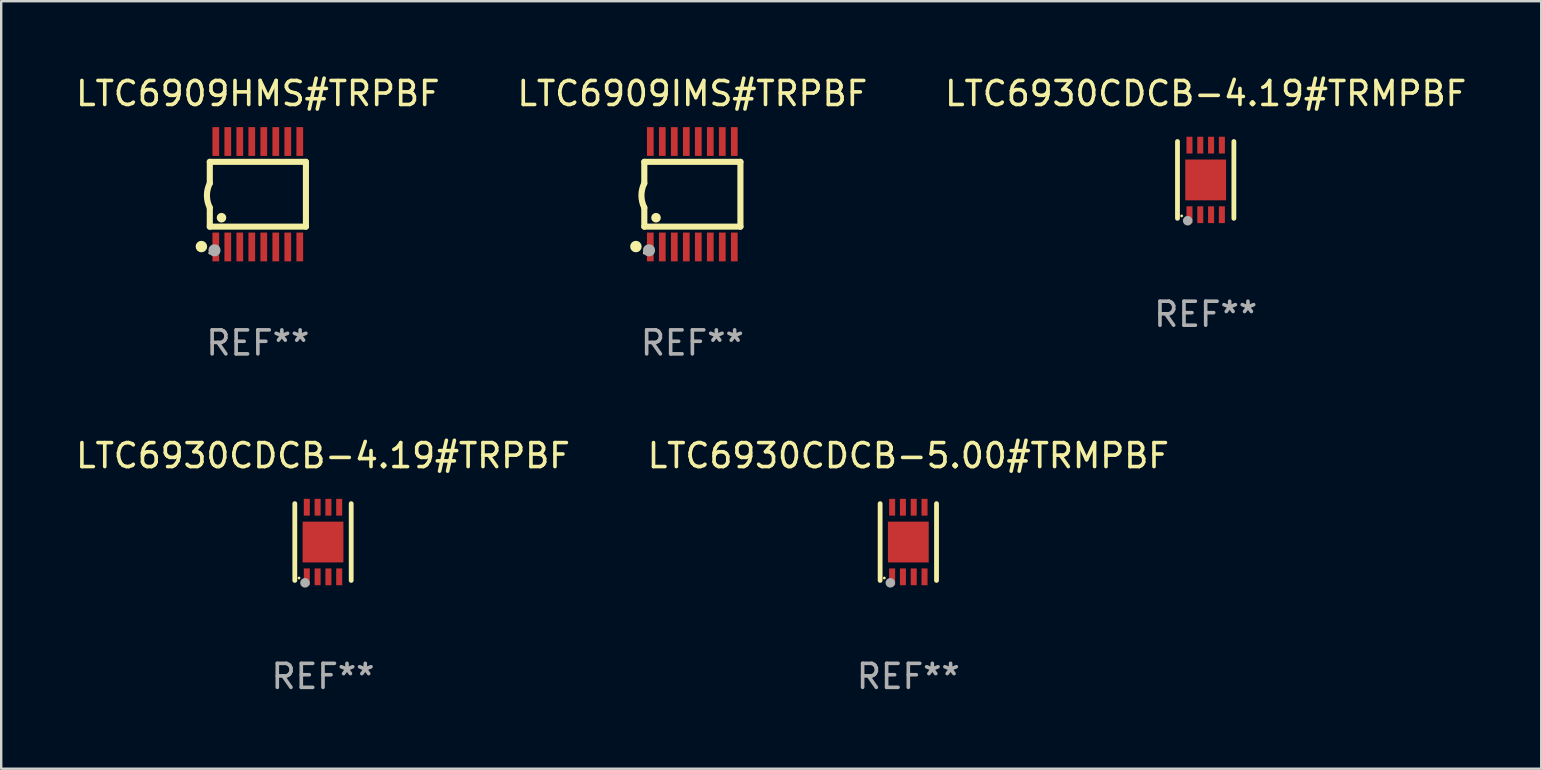
<source format=kicad_pcb>
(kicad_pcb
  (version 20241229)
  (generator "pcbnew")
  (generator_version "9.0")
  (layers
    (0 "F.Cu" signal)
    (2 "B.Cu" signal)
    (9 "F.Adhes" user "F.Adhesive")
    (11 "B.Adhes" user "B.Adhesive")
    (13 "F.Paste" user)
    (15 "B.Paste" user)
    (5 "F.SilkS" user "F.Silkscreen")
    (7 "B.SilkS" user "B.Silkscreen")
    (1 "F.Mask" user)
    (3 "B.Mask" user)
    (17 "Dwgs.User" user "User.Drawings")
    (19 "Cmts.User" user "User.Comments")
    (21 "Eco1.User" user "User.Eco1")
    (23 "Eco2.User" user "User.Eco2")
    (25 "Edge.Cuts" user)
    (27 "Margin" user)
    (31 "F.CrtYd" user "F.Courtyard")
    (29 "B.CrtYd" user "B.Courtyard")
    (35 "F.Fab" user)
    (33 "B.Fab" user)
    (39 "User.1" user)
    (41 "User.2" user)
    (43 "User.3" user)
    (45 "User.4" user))
  (footprint "LTC6930CDCB-4.19#TRPBF"
    (layer "F.Cu")
    (at 10.411 19.539)
    (property "Reference" "LTC6930CDCB-4.19#TRPBF" (at 0 -3.6 0) (layer "F.SilkS") (effects (font (size 1 1) (thickness 0.15))))
    (attr through_hole)
    (fp_line (start -1.175 1.6) (end -1.175 -1.6) (stroke (width 0.2) (type solid)) (layer "F.SilkS"))
    (fp_line (start 1.175 1.6) (end 1.175 -1.6) (stroke (width 0.2) (type solid)) (layer "F.SilkS"))
    (fp_circle (center -1 1.5) (end -0.97 1.5) (stroke (width 0.06) (type solid)) (fill no) (layer "F.SilkS"))
    (fp_circle (center -0.75 1.7) (end -0.65 1.7) (stroke (width 0.2) (type solid)) (fill no) (layer "F.Fab"))
    (fp_text user "REF**" (at 0 5.6 0) (layer "F.Fab") (effects (font (size 1 1) (thickness 0.15))))
    (pad "1" smd rect (at -0.675 1.45 90) (size 0.7 0.25) (layers "F.Cu" "F.Mask" "F.Paste"))
    (pad "2" smd rect (at -0.225 1.45 90) (size 0.7 0.25) (layers "F.Cu" "F.Mask" "F.Paste"))
    (pad "3" smd rect (at 0.225 1.45 90) (size 0.7 0.25) (layers "F.Cu" "F.Mask" "F.Paste"))
    (pad "4" smd rect (at 0.675 1.45 90) (size 0.7 0.25) (layers "F.Cu" "F.Mask" "F.Paste"))
    (pad "5" smd rect (at 0.675 -1.45 90) (size 0.7 0.25) (layers "F.Cu" "F.Mask" "F.Paste"))
    (pad "6" smd rect (at 0.225 -1.45 90) (size 0.7 0.25) (layers "F.Cu" "F.Mask" "F.Paste"))
    (pad "7" smd rect (at -0.225 -1.45 90) (size 0.7 0.25) (layers "F.Cu" "F.Mask" "F.Paste"))
    (pad "8" smd rect (at -0.675 -1.45 90) (size 0.7 0.25) (layers "F.Cu" "F.Mask" "F.Paste"))
    (pad "9" smd rect (at 0.000127 0 90) (size 1.7 1.7) (layers "F.Cu" "F.Mask" "F.Paste")))
  (footprint "LTC6930CDCB-4.19#TRMPBF"
    (layer "F.Cu")
    (at 47.196 4.448)
    (property "Reference" "LTC6930CDCB-4.19#TRMPBF" (at 0 -3.6 0) (layer "F.SilkS") (effects (font (size 1 1) (thickness 0.15))))
    (attr through_hole)
    (fp_line (start -1.175 1.6) (end -1.175 -1.6) (stroke (width 0.2) (type solid)) (layer "F.SilkS"))
    (fp_line (start 1.175 1.6) (end 1.175 -1.6) (stroke (width 0.2) (type solid)) (layer "F.SilkS"))
    (fp_circle (center -1 1.5) (end -0.97 1.5) (stroke (width 0.06) (type solid)) (fill no) (layer "F.SilkS"))
    (fp_circle (center -0.75 1.7) (end -0.65 1.7) (stroke (width 0.2) (type solid)) (fill no) (layer "F.Fab"))
    (fp_text user "REF**" (at 0 5.6 0) (layer "F.Fab") (effects (font (size 1 1) (thickness 0.15))))
    (pad "1" smd rect (at -0.675 1.45 90) (size 0.7 0.25) (layers "F.Cu" "F.Mask" "F.Paste"))
    (pad "2" smd rect (at -0.225 1.45 90) (size 0.7 0.25) (layers "F.Cu" "F.Mask" "F.Paste"))
    (pad "3" smd rect (at 0.225 1.45 90) (size 0.7 0.25) (layers "F.Cu" "F.Mask" "F.Paste"))
    (pad "4" smd rect (at 0.675 1.45 90) (size 0.7 0.25) (layers "F.Cu" "F.Mask" "F.Paste"))
    (pad "5" smd rect (at 0.675 -1.45 90) (size 0.7 0.25) (layers "F.Cu" "F.Mask" "F.Paste"))
    (pad "6" smd rect (at 0.225 -1.45 90) (size 0.7 0.25) (layers "F.Cu" "F.Mask" "F.Paste"))
    (pad "7" smd rect (at -0.225 -1.45 90) (size 0.7 0.25) (layers "F.Cu" "F.Mask" "F.Paste"))
    (pad "8" smd rect (at -0.675 -1.45 90) (size 0.7 0.25) (layers "F.Cu" "F.Mask" "F.Paste"))
    (pad "9" smd rect (at 0.000127 0 90) (size 1.7 1.7) (layers "F.Cu" "F.Mask" "F.Paste")))
  (footprint "LTC6909IMS#TRPBF"
    (layer "F.Cu")
    (at 25.804 5.045)
    (property "Reference" "LTC6909IMS#TRPBF" (at 0 -4.197 0) (layer "F.SilkS") (effects (font (size 1 1) (thickness 0.15))))
    (attr through_hole)
    (fp_line (start -2.003 -1.35) (end -2.003 -0.457) (stroke (width 0.254) (type solid)) (layer "F.SilkS"))
    (fp_line (start -2.003 -1.35) (end 2.003 -1.35) (stroke (width 0.254) (type solid)) (layer "F.SilkS"))
    (fp_line (start -2.003 1.35) (end -2.003 0.559) (stroke (width 0.254) (type solid)) (layer "F.SilkS"))
    (fp_line (start -2.003 1.35) (end 2.003 1.35) (stroke (width 0.254) (type solid)) (layer "F.SilkS"))
    (fp_line (start 2.003 -1.35) (end 2.003 1.35) (stroke (width 0.254) (type solid)) (layer "F.SilkS"))
    (fp_arc (start -2.002286 0.558802) (mid -2.122556 0.05092) (end -2.003302 -0.457201) (stroke (width 0.254001) (type solid)) (layer "F.SilkS"))
    (fp_circle (center -2.353 2.18) (end -2.233 2.18) (stroke (width 0.24) (type solid)) (fill no) (layer "F.SilkS"))
    (fp_circle (center -2.003 2.45) (end -1.973 2.45) (stroke (width 0.06) (type solid)) (fill no) (layer "F.SilkS"))
    (fp_circle (center -1.515 0.978) (end -1.415 0.978) (stroke (width 0.2) (type solid)) (fill no) (layer "F.SilkS"))
    (fp_circle (center -1.807 2.337) (end -1.68 2.337) (stroke (width 0.254) (type solid)) (fill no) (layer "F.Fab"))
    (fp_text user "REF**" (at 0 6.197 0) (layer "F.Fab") (effects (font (size 1 1) (thickness 0.15))))
    (pad "1" smd rect (at -1.753 2.197 90) (size 1.2 0.28) (layers "F.Cu" "F.Mask" "F.Paste"))
    (pad "2" smd rect (at -1.253 2.197 90) (size 1.2 0.28) (layers "F.Cu" "F.Mask" "F.Paste"))
    (pad "3" smd rect (at -0.753 2.197 90) (size 1.2 0.28) (layers "F.Cu" "F.Mask" "F.Paste"))
    (pad "4" smd rect (at -0.253 2.197 90) (size 1.2 0.28) (layers "F.Cu" "F.Mask" "F.Paste"))
    (pad "5" smd rect (at 0.247 2.197 90) (size 1.2 0.28) (layers "F.Cu" "F.Mask" "F.Paste"))
    (pad "6" smd rect (at 0.747 2.197 90) (size 1.2 0.28) (layers "F.Cu" "F.Mask" "F.Paste"))
    (pad "7" smd rect (at 1.247 2.197 90) (size 1.2 0.28) (layers "F.Cu" "F.Mask" "F.Paste"))
    (pad "8" smd rect (at 1.747 2.197 90) (size 1.2 0.28) (layers "F.Cu" "F.Mask" "F.Paste"))
    (pad "9" smd rect (at 1.747 -2.197 90) (size 1.2 0.28) (layers "F.Cu" "F.Mask" "F.Paste"))
    (pad "10" smd rect (at 1.247 -2.197 90) (size 1.2 0.28) (layers "F.Cu" "F.Mask" "F.Paste"))
    (pad "11" smd rect (at 0.747 -2.197 90) (size 1.2 0.28) (layers "F.Cu" "F.Mask" "F.Paste"))
    (pad "12" smd rect (at 0.247 -2.197 90) (size 1.2 0.28) (layers "F.Cu" "F.Mask" "F.Paste"))
    (pad "13" smd rect (at -0.253 -2.197 90) (size 1.2 0.28) (layers "F.Cu" "F.Mask" "F.Paste"))
    (pad "14" smd rect (at -0.753 -2.197 90) (size 1.2 0.28) (layers "F.Cu" "F.Mask" "F.Paste"))
    (pad "15" smd rect (at -1.253 -2.197 90) (size 1.2 0.28) (layers "F.Cu" "F.Mask" "F.Paste"))
    (pad "16" smd rect (at -1.753 -2.197 90) (size 1.2 0.28) (layers "F.Cu" "F.Mask" "F.Paste")))
  (footprint "LTC6909HMS#TRPBF"
    (layer "F.Cu")
    (at 7.696 5.045)
    (property "Reference" "LTC6909HMS#TRPBF" (at 0 -4.197 0) (layer "F.SilkS") (effects (font (size 1 1) (thickness 0.15))))
    (attr through_hole)
    (fp_line (start -2.003 -1.35) (end -2.003 -0.457) (stroke (width 0.254) (type solid)) (layer "F.SilkS"))
    (fp_line (start -2.003 -1.35) (end 2.003 -1.35) (stroke (width 0.254) (type solid)) (layer "F.SilkS"))
    (fp_line (start -2.003 1.35) (end -2.003 0.559) (stroke (width 0.254) (type solid)) (layer "F.SilkS"))
    (fp_line (start -2.003 1.35) (end 2.003 1.35) (stroke (width 0.254) (type solid)) (layer "F.SilkS"))
    (fp_line (start 2.003 -1.35) (end 2.003 1.35) (stroke (width 0.254) (type solid)) (layer "F.SilkS"))
    (fp_arc (start -2.002286 0.558802) (mid -2.122556 0.05092) (end -2.003302 -0.457201) (stroke (width 0.254001) (type solid)) (layer "F.SilkS"))
    (fp_circle (center -2.353 2.18) (end -2.233 2.18) (stroke (width 0.24) (type solid)) (fill no) (layer "F.SilkS"))
    (fp_circle (center -2.003 2.45) (end -1.973 2.45) (stroke (width 0.06) (type solid)) (fill no) (layer "F.SilkS"))
    (fp_circle (center -1.515 0.978) (end -1.415 0.978) (stroke (width 0.2) (type solid)) (fill no) (layer "F.SilkS"))
    (fp_circle (center -1.807 2.337) (end -1.68 2.337) (stroke (width 0.254) (type solid)) (fill no) (layer "F.Fab"))
    (fp_text user "REF**" (at 0 6.197 0) (layer "F.Fab") (effects (font (size 1 1) (thickness 0.15))))
    (pad "1" smd rect (at -1.753 2.197 90) (size 1.2 0.28) (layers "F.Cu" "F.Mask" "F.Paste"))
    (pad "2" smd rect (at -1.253 2.197 90) (size 1.2 0.28) (layers "F.Cu" "F.Mask" "F.Paste"))
    (pad "3" smd rect (at -0.753 2.197 90) (size 1.2 0.28) (layers "F.Cu" "F.Mask" "F.Paste"))
    (pad "4" smd rect (at -0.253 2.197 90) (size 1.2 0.28) (layers "F.Cu" "F.Mask" "F.Paste"))
    (pad "5" smd rect (at 0.247 2.197 90) (size 1.2 0.28) (layers "F.Cu" "F.Mask" "F.Paste"))
    (pad "6" smd rect (at 0.747 2.197 90) (size 1.2 0.28) (layers "F.Cu" "F.Mask" "F.Paste"))
    (pad "7" smd rect (at 1.247 2.197 90) (size 1.2 0.28) (layers "F.Cu" "F.Mask" "F.Paste"))
    (pad "8" smd rect (at 1.747 2.197 90) (size 1.2 0.28) (layers "F.Cu" "F.Mask" "F.Paste"))
    (pad "9" smd rect (at 1.747 -2.197 90) (size 1.2 0.28) (layers "F.Cu" "F.Mask" "F.Paste"))
    (pad "10" smd rect (at 1.247 -2.197 90) (size 1.2 0.28) (layers "F.Cu" "F.Mask" "F.Paste"))
    (pad "11" smd rect (at 0.747 -2.197 90) (size 1.2 0.28) (layers "F.Cu" "F.Mask" "F.Paste"))
    (pad "12" smd rect (at 0.247 -2.197 90) (size 1.2 0.28) (layers "F.Cu" "F.Mask" "F.Paste"))
    (pad "13" smd rect (at -0.253 -2.197 90) (size 1.2 0.28) (layers "F.Cu" "F.Mask" "F.Paste"))
    (pad "14" smd rect (at -0.753 -2.197 90) (size 1.2 0.28) (layers "F.Cu" "F.Mask" "F.Paste"))
    (pad "15" smd rect (at -1.253 -2.197 90) (size 1.2 0.28) (layers "F.Cu" "F.Mask" "F.Paste"))
    (pad "16" smd rect (at -1.753 -2.197 90) (size 1.2 0.28) (layers "F.Cu" "F.Mask" "F.Paste")))
  (footprint "LTC6930CDCB-5.00#TRMPBF"
    (layer "F.Cu")
    (at 34.804 19.539)
    (property "Reference" "LTC6930CDCB-5.00#TRMPBF" (at 0 -3.6 0) (layer "F.SilkS") (effects (font (size 1 1) (thickness 0.15))))
    (attr through_hole)
    (fp_line (start -1.175 1.6) (end -1.175 -1.6) (stroke (width 0.2) (type solid)) (layer "F.SilkS"))
    (fp_line (start 1.175 1.6) (end 1.175 -1.6) (stroke (width 0.2) (type solid)) (layer "F.SilkS"))
    (fp_circle (center -1 1.5) (end -0.97 1.5) (stroke (width 0.06) (type solid)) (fill no) (layer "F.SilkS"))
    (fp_circle (center -0.75 1.7) (end -0.65 1.7) (stroke (width 0.2) (type solid)) (fill no) (layer "F.Fab"))
    (fp_text user "REF**" (at 0 5.6 0) (layer "F.Fab") (effects (font (size 1 1) (thickness 0.15))))
    (pad "1" smd rect (at -0.675 1.45 90) (size 0.7 0.25) (layers "F.Cu" "F.Mask" "F.Paste"))
    (pad "2" smd rect (at -0.225 1.45 90) (size 0.7 0.25) (layers "F.Cu" "F.Mask" "F.Paste"))
    (pad "3" smd rect (at 0.225 1.45 90) (size 0.7 0.25) (layers "F.Cu" "F.Mask" "F.Paste"))
    (pad "4" smd rect (at 0.675 1.45 90) (size 0.7 0.25) (layers "F.Cu" "F.Mask" "F.Paste"))
    (pad "5" smd rect (at 0.675 -1.45 90) (size 0.7 0.25) (layers "F.Cu" "F.Mask" "F.Paste"))
    (pad "6" smd rect (at 0.225 -1.45 90) (size 0.7 0.25) (layers "F.Cu" "F.Mask" "F.Paste"))
    (pad "7" smd rect (at -0.225 -1.45 90) (size 0.7 0.25) (layers "F.Cu" "F.Mask" "F.Paste"))
    (pad "8" smd rect (at -0.675 -1.45 90) (size 0.7 0.25) (layers "F.Cu" "F.Mask" "F.Paste"))
    (pad "9" smd rect (at 0.000127 0 90) (size 1.7 1.7) (layers "F.Cu" "F.Mask" "F.Paste")))
  (gr_rect
    (start -3 -3)
    (end 61.179 28.987)
    (stroke (width 0.1) (type default))
    (fill no)
    (layer "Edge.Cuts")))
</source>
